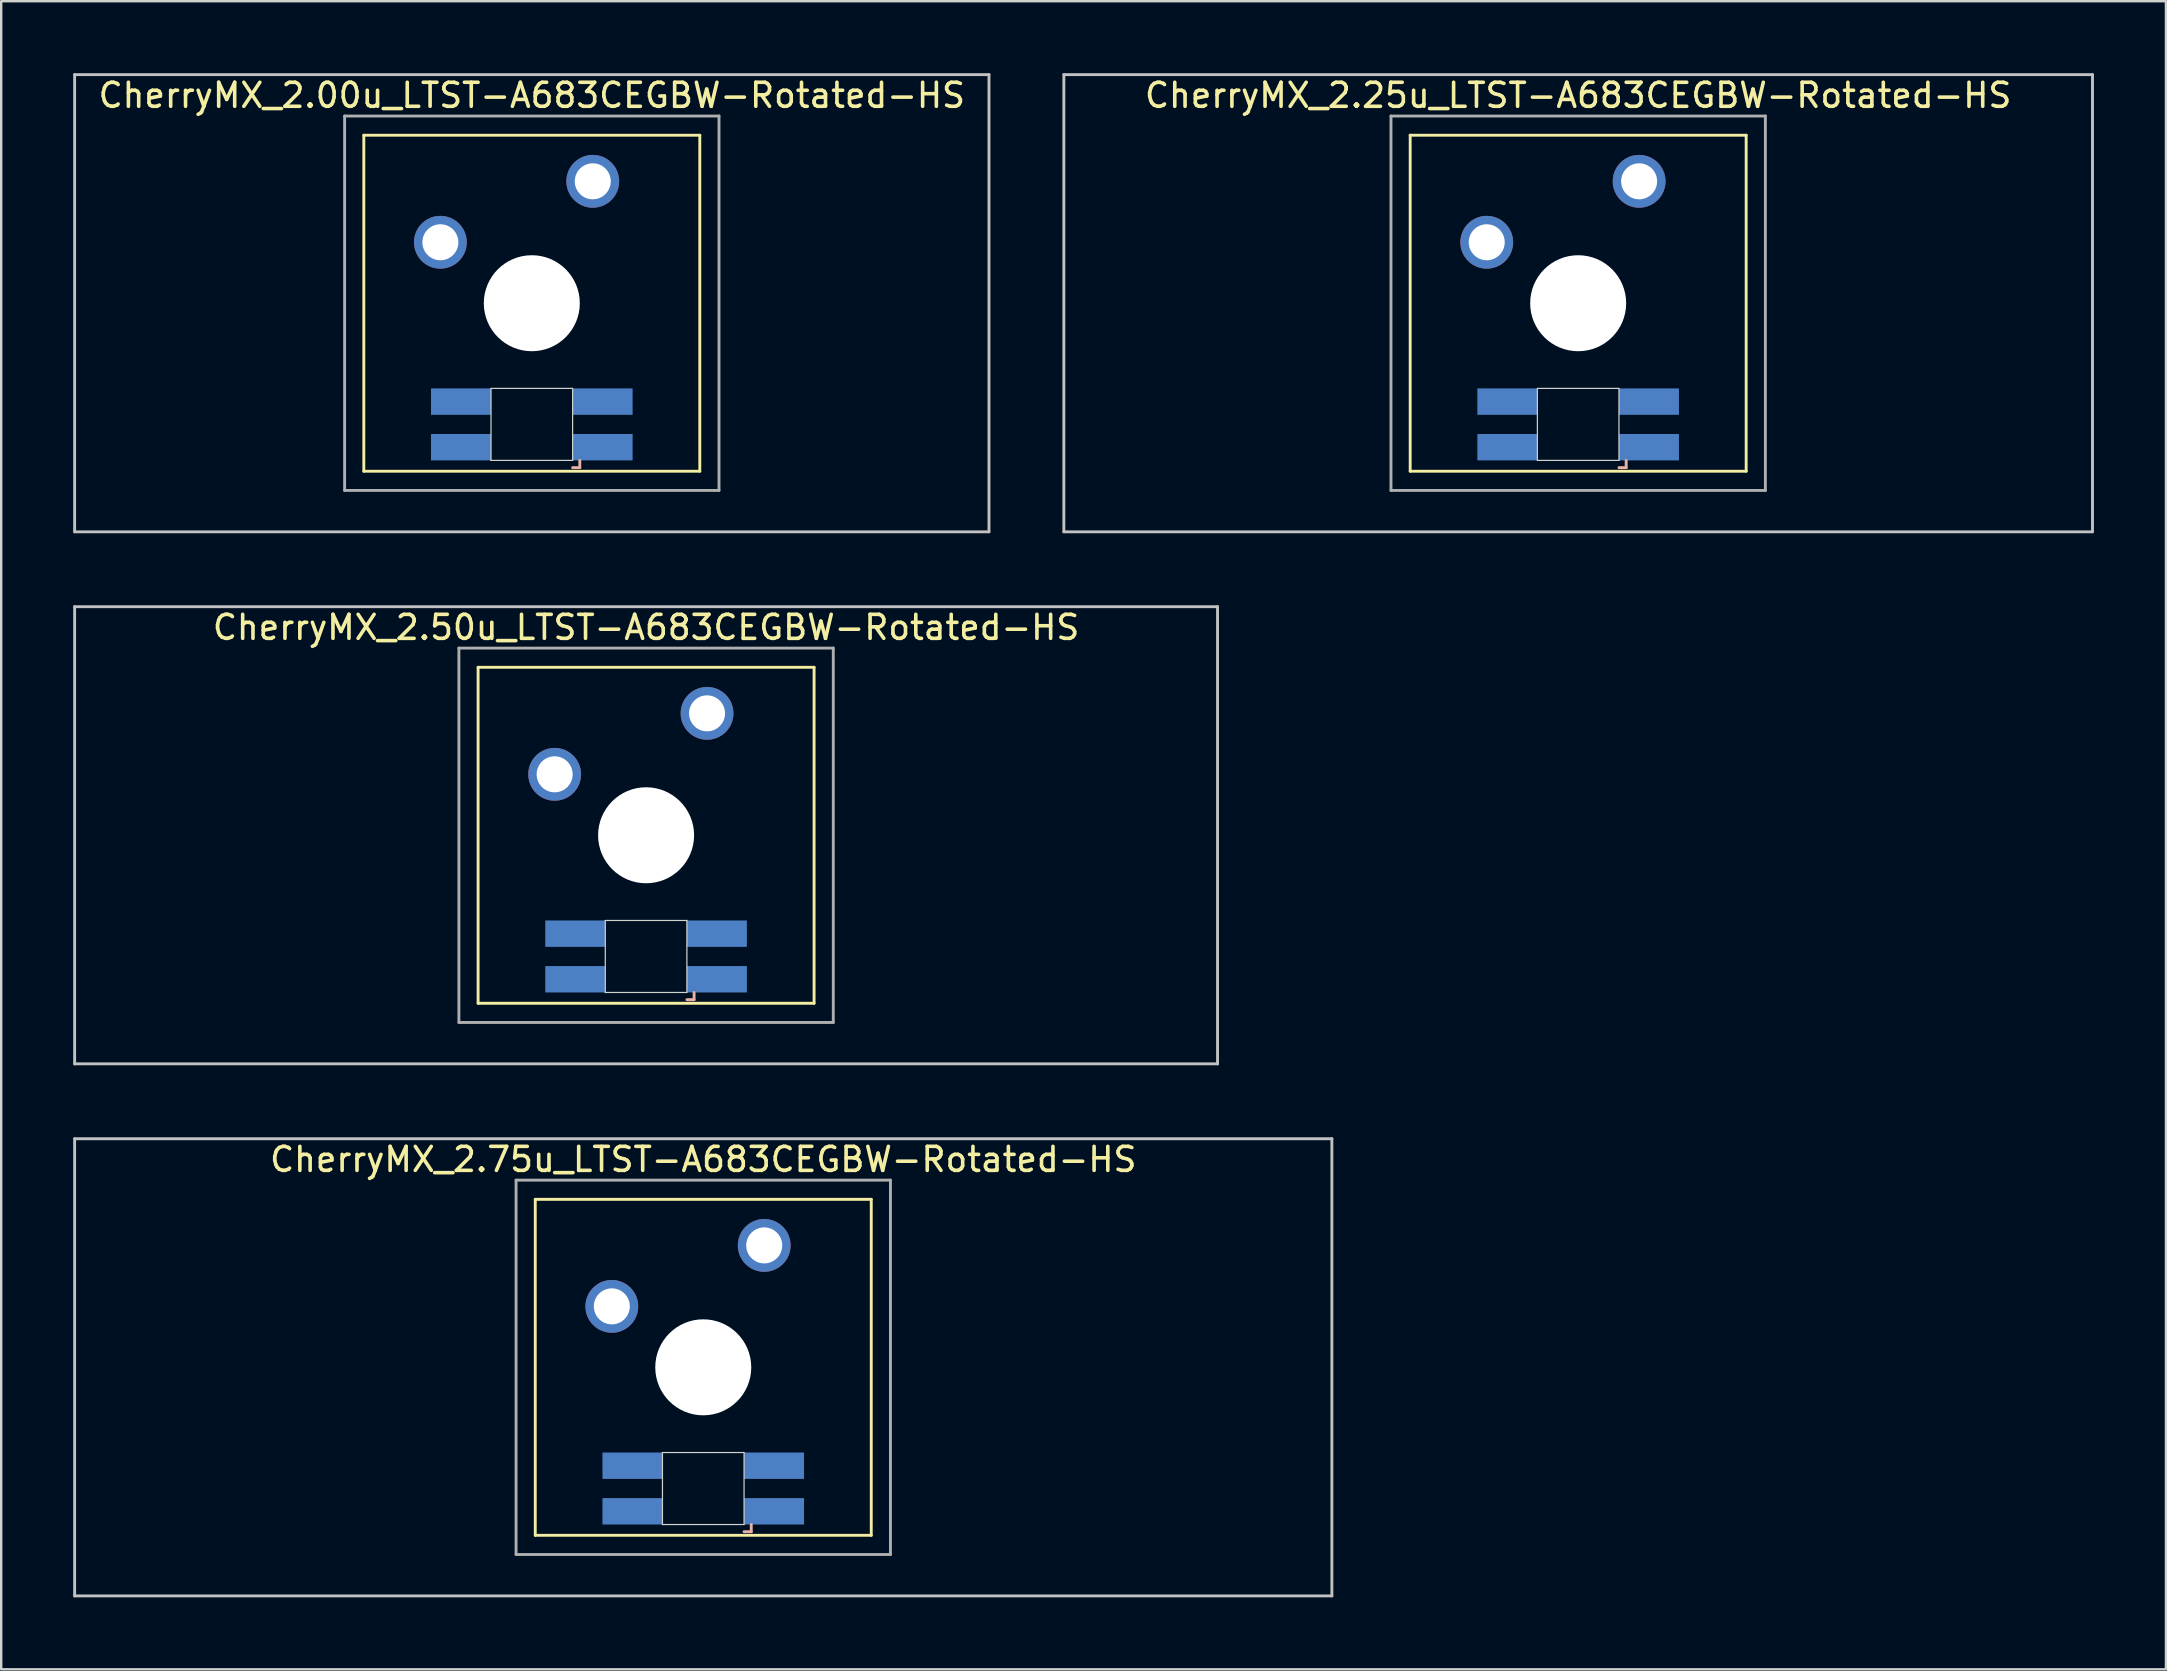
<source format=kicad_pcb>
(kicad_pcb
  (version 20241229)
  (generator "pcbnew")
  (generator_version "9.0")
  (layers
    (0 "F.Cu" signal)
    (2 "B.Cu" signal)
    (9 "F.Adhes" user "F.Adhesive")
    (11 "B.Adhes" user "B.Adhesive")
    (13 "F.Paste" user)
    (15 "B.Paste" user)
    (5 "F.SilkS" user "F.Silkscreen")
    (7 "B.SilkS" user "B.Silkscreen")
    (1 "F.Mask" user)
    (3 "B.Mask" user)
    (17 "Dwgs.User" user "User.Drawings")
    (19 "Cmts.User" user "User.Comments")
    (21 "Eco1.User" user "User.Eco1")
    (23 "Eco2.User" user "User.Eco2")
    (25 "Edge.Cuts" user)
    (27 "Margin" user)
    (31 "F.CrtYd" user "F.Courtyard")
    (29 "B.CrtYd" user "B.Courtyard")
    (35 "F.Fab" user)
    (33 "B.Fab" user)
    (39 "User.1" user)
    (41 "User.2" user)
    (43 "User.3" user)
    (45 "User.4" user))
  (footprint "CherryMX_2.00u_LTST-A683CEGBW-Rotated-HS"
    (layer "F.Cu")
    (at 19.11 9.585)
    (property "Reference" "CherryMX_2.00u_LTST-A683CEGBW-Rotated-HS" (at 0 -8.662 0) (layer "F.SilkS") (effects (font (size 1 1) (thickness 0.15))))
    (attr through_hole)
    (fp_line (start -7 -7) (end -7 7) (stroke (width 0.12) (type solid)) (layer "F.SilkS"))
    (fp_line (start -7 -7) (end 7 -7) (stroke (width 0.12) (type solid)) (layer "F.SilkS"))
    (fp_line (start 7 -7) (end 7 7) (stroke (width 0.12) (type solid)) (layer "F.SilkS"))
    (fp_line (start 7 7) (end -7 7) (stroke (width 0.12) (type solid)) (layer "F.SilkS"))
    (fp_line (start 1.7 6.85) (end 2 6.85) (stroke (width 0.12) (type solid)) (layer "B.SilkS"))
    (fp_line (start 2 6.85) (end 2 6.55) (stroke (width 0.12) (type solid)) (layer "B.SilkS"))
    (fp_line (start -19.05 -9.525) (end 19.05 -9.525) (stroke (width 0.12) (type solid)) (layer "Dwgs.User"))
    (fp_line (start -19.05 9.525) (end -19.05 -9.525) (stroke (width 0.12) (type solid)) (layer "Dwgs.User"))
    (fp_line (start 19.05 -9.525) (end 19.05 9.525) (stroke (width 0.12) (type solid)) (layer "Dwgs.User"))
    (fp_line (start 19.05 9.525) (end -19.05 9.525) (stroke (width 0.12) (type solid)) (layer "Dwgs.User"))
    (fp_line (start -1.7 3.55) (end 1.7 3.55) (stroke (width 0.05) (type solid)) (layer "Edge.Cuts"))
    (fp_line (start -1.7 6.55) (end -1.7 3.55) (stroke (width 0.05) (type solid)) (layer "Edge.Cuts"))
    (fp_line (start 1.7 3.55) (end 1.7 6.55) (stroke (width 0.05) (type solid)) (layer "Edge.Cuts"))
    (fp_line (start 1.7 6.55) (end -1.7 6.55) (stroke (width 0.05) (type solid)) (layer "Edge.Cuts"))
    (fp_line (start -7.8 -7.8) (end -7.8 7.8) (stroke (width 0.12) (type solid)) (layer "F.Fab"))
    (fp_line (start -7.8 -7.8) (end 7.8 -7.8) (stroke (width 0.12) (type solid)) (layer "F.Fab"))
    (fp_line (start -7.8 7.8) (end 7.8 7.8) (stroke (width 0.12) (type solid)) (layer "F.Fab"))
    (fp_line (start 7.8 -7.8) (end 7.8 7.8) (stroke (width 0.12) (type solid)) (layer "F.Fab"))
    (pad "" np_thru_hole circle (at 0 0) (size 4 4) (drill 4) (layers "*.Cu" "*.Mask"))
    (pad "1" thru_hole circle (at -3.81 -2.54) (size 2.2 2.2) (drill 1.5) (layers "*.Cu" "*.Mask"))
    (pad "2" thru_hole circle (at 2.54 -5.08) (size 2.2 2.2) (drill 1.5) (layers "*.Cu" "*.Mask"))
    (pad "3" smd rect (at 2.95 6) (size 2.5 1.1) (layers "B.Cu" "B.Mask" "B.Paste"))
    (pad "4" smd rect (at 2.95 4.1) (size 2.5 1.1) (layers "B.Cu" "B.Mask" "B.Paste"))
    (pad "5" smd rect (at -2.95 6) (size 2.5 1.1) (layers "B.Cu" "B.Mask" "B.Paste"))
    (pad "6" smd rect (at -2.95 4.1) (size 2.5 1.1) (layers "B.Cu" "B.Mask" "B.Paste")))
  (footprint "CherryMX_2.75u_LTST-A683CEGBW-Rotated-HS"
    (layer "F.Cu")
    (at 26.254 53.925)
    (property "Reference" "CherryMX_2.75u_LTST-A683CEGBW-Rotated-HS" (at 0 -8.662 0) (layer "F.SilkS") (effects (font (size 1 1) (thickness 0.15))))
    (attr through_hole)
    (fp_line (start -7 -7) (end -7 7) (stroke (width 0.12) (type solid)) (layer "F.SilkS"))
    (fp_line (start -7 -7) (end 7 -7) (stroke (width 0.12) (type solid)) (layer "F.SilkS"))
    (fp_line (start 7 -7) (end 7 7) (stroke (width 0.12) (type solid)) (layer "F.SilkS"))
    (fp_line (start 7 7) (end -7 7) (stroke (width 0.12) (type solid)) (layer "F.SilkS"))
    (fp_line (start 1.7 6.85) (end 2 6.85) (stroke (width 0.12) (type solid)) (layer "B.SilkS"))
    (fp_line (start 2 6.85) (end 2 6.55) (stroke (width 0.12) (type solid)) (layer "B.SilkS"))
    (fp_line (start -26.194 -9.525) (end 26.194 -9.525) (stroke (width 0.12) (type solid)) (layer "Dwgs.User"))
    (fp_line (start -26.194 9.525) (end -26.194 -9.525) (stroke (width 0.12) (type solid)) (layer "Dwgs.User"))
    (fp_line (start 26.194 -9.525) (end 26.194 9.525) (stroke (width 0.12) (type solid)) (layer "Dwgs.User"))
    (fp_line (start 26.194 9.525) (end -26.194 9.525) (stroke (width 0.12) (type solid)) (layer "Dwgs.User"))
    (fp_line (start -1.7 3.55) (end 1.7 3.55) (stroke (width 0.05) (type solid)) (layer "Edge.Cuts"))
    (fp_line (start -1.7 6.55) (end -1.7 3.55) (stroke (width 0.05) (type solid)) (layer "Edge.Cuts"))
    (fp_line (start 1.7 3.55) (end 1.7 6.55) (stroke (width 0.05) (type solid)) (layer "Edge.Cuts"))
    (fp_line (start 1.7 6.55) (end -1.7 6.55) (stroke (width 0.05) (type solid)) (layer "Edge.Cuts"))
    (fp_line (start -7.8 -7.8) (end -7.8 7.8) (stroke (width 0.12) (type solid)) (layer "F.Fab"))
    (fp_line (start -7.8 -7.8) (end 7.8 -7.8) (stroke (width 0.12) (type solid)) (layer "F.Fab"))
    (fp_line (start -7.8 7.8) (end 7.8 7.8) (stroke (width 0.12) (type solid)) (layer "F.Fab"))
    (fp_line (start 7.8 -7.8) (end 7.8 7.8) (stroke (width 0.12) (type solid)) (layer "F.Fab"))
    (pad "" np_thru_hole circle (at 0 0) (size 4 4) (drill 4) (layers "*.Cu" "*.Mask"))
    (pad "1" thru_hole circle (at -3.81 -2.54) (size 2.2 2.2) (drill 1.5) (layers "*.Cu" "*.Mask"))
    (pad "2" thru_hole circle (at 2.54 -5.08) (size 2.2 2.2) (drill 1.5) (layers "*.Cu" "*.Mask"))
    (pad "3" smd rect (at 2.95 6) (size 2.5 1.1) (layers "B.Cu" "B.Mask" "B.Paste"))
    (pad "4" smd rect (at 2.95 4.1) (size 2.5 1.1) (layers "B.Cu" "B.Mask" "B.Paste"))
    (pad "5" smd rect (at -2.95 6) (size 2.5 1.1) (layers "B.Cu" "B.Mask" "B.Paste"))
    (pad "6" smd rect (at -2.95 4.1) (size 2.5 1.1) (layers "B.Cu" "B.Mask" "B.Paste")))
  (footprint "CherryMX_2.50u_LTST-A683CEGBW-Rotated-HS"
    (layer "F.Cu")
    (at 23.872 31.755)
    (property "Reference" "CherryMX_2.50u_LTST-A683CEGBW-Rotated-HS" (at 0 -8.662 0) (layer "F.SilkS") (effects (font (size 1 1) (thickness 0.15))))
    (attr through_hole)
    (fp_line (start -7 -7) (end -7 7) (stroke (width 0.12) (type solid)) (layer "F.SilkS"))
    (fp_line (start -7 -7) (end 7 -7) (stroke (width 0.12) (type solid)) (layer "F.SilkS"))
    (fp_line (start 7 -7) (end 7 7) (stroke (width 0.12) (type solid)) (layer "F.SilkS"))
    (fp_line (start 7 7) (end -7 7) (stroke (width 0.12) (type solid)) (layer "F.SilkS"))
    (fp_line (start 1.7 6.85) (end 2 6.85) (stroke (width 0.12) (type solid)) (layer "B.SilkS"))
    (fp_line (start 2 6.85) (end 2 6.55) (stroke (width 0.12) (type solid)) (layer "B.SilkS"))
    (fp_line (start -23.812 -9.525) (end 23.812 -9.525) (stroke (width 0.12) (type solid)) (layer "Dwgs.User"))
    (fp_line (start -23.812 9.525) (end -23.812 -9.525) (stroke (width 0.12) (type solid)) (layer "Dwgs.User"))
    (fp_line (start 23.812 -9.525) (end 23.812 9.525) (stroke (width 0.12) (type solid)) (layer "Dwgs.User"))
    (fp_line (start 23.812 9.525) (end -23.812 9.525) (stroke (width 0.12) (type solid)) (layer "Dwgs.User"))
    (fp_line (start -1.7 3.55) (end 1.7 3.55) (stroke (width 0.05) (type solid)) (layer "Edge.Cuts"))
    (fp_line (start -1.7 6.55) (end -1.7 3.55) (stroke (width 0.05) (type solid)) (layer "Edge.Cuts"))
    (fp_line (start 1.7 3.55) (end 1.7 6.55) (stroke (width 0.05) (type solid)) (layer "Edge.Cuts"))
    (fp_line (start 1.7 6.55) (end -1.7 6.55) (stroke (width 0.05) (type solid)) (layer "Edge.Cuts"))
    (fp_line (start -7.8 -7.8) (end -7.8 7.8) (stroke (width 0.12) (type solid)) (layer "F.Fab"))
    (fp_line (start -7.8 -7.8) (end 7.8 -7.8) (stroke (width 0.12) (type solid)) (layer "F.Fab"))
    (fp_line (start -7.8 7.8) (end 7.8 7.8) (stroke (width 0.12) (type solid)) (layer "F.Fab"))
    (fp_line (start 7.8 -7.8) (end 7.8 7.8) (stroke (width 0.12) (type solid)) (layer "F.Fab"))
    (pad "" np_thru_hole circle (at 0 0) (size 4 4) (drill 4) (layers "*.Cu" "*.Mask"))
    (pad "1" thru_hole circle (at -3.81 -2.54) (size 2.2 2.2) (drill 1.5) (layers "*.Cu" "*.Mask"))
    (pad "2" thru_hole circle (at 2.54 -5.08) (size 2.2 2.2) (drill 1.5) (layers "*.Cu" "*.Mask"))
    (pad "3" smd rect (at 2.95 6) (size 2.5 1.1) (layers "B.Cu" "B.Mask" "B.Paste"))
    (pad "4" smd rect (at 2.95 4.1) (size 2.5 1.1) (layers "B.Cu" "B.Mask" "B.Paste"))
    (pad "5" smd rect (at -2.95 6) (size 2.5 1.1) (layers "B.Cu" "B.Mask" "B.Paste"))
    (pad "6" smd rect (at -2.95 4.1) (size 2.5 1.1) (layers "B.Cu" "B.Mask" "B.Paste")))
  (footprint "CherryMX_2.25u_LTST-A683CEGBW-Rotated-HS"
    (layer "F.Cu")
    (at 62.711 9.585)
    (property "Reference" "CherryMX_2.25u_LTST-A683CEGBW-Rotated-HS" (at 0 -8.662 0) (layer "F.SilkS") (effects (font (size 1 1) (thickness 0.15))))
    (attr through_hole)
    (fp_line (start -7 -7) (end -7 7) (stroke (width 0.12) (type solid)) (layer "F.SilkS"))
    (fp_line (start -7 -7) (end 7 -7) (stroke (width 0.12) (type solid)) (layer "F.SilkS"))
    (fp_line (start 7 -7) (end 7 7) (stroke (width 0.12) (type solid)) (layer "F.SilkS"))
    (fp_line (start 7 7) (end -7 7) (stroke (width 0.12) (type solid)) (layer "F.SilkS"))
    (fp_line (start 1.7 6.85) (end 2 6.85) (stroke (width 0.12) (type solid)) (layer "B.SilkS"))
    (fp_line (start 2 6.85) (end 2 6.55) (stroke (width 0.12) (type solid)) (layer "B.SilkS"))
    (fp_line (start -21.431 -9.525) (end 21.431 -9.525) (stroke (width 0.12) (type solid)) (layer "Dwgs.User"))
    (fp_line (start -21.431 9.525) (end -21.431 -9.525) (stroke (width 0.12) (type solid)) (layer "Dwgs.User"))
    (fp_line (start 21.431 -9.525) (end 21.431 9.525) (stroke (width 0.12) (type solid)) (layer "Dwgs.User"))
    (fp_line (start 21.431 9.525) (end -21.431 9.525) (stroke (width 0.12) (type solid)) (layer "Dwgs.User"))
    (fp_line (start -1.7 3.55) (end 1.7 3.55) (stroke (width 0.05) (type solid)) (layer "Edge.Cuts"))
    (fp_line (start -1.7 6.55) (end -1.7 3.55) (stroke (width 0.05) (type solid)) (layer "Edge.Cuts"))
    (fp_line (start 1.7 3.55) (end 1.7 6.55) (stroke (width 0.05) (type solid)) (layer "Edge.Cuts"))
    (fp_line (start 1.7 6.55) (end -1.7 6.55) (stroke (width 0.05) (type solid)) (layer "Edge.Cuts"))
    (fp_line (start -7.8 -7.8) (end -7.8 7.8) (stroke (width 0.12) (type solid)) (layer "F.Fab"))
    (fp_line (start -7.8 -7.8) (end 7.8 -7.8) (stroke (width 0.12) (type solid)) (layer "F.Fab"))
    (fp_line (start -7.8 7.8) (end 7.8 7.8) (stroke (width 0.12) (type solid)) (layer "F.Fab"))
    (fp_line (start 7.8 -7.8) (end 7.8 7.8) (stroke (width 0.12) (type solid)) (layer "F.Fab"))
    (pad "" np_thru_hole circle (at 0 0) (size 4 4) (drill 4) (layers "*.Cu" "*.Mask"))
    (pad "1" thru_hole circle (at -3.81 -2.54) (size 2.2 2.2) (drill 1.5) (layers "*.Cu" "*.Mask"))
    (pad "2" thru_hole circle (at 2.54 -5.08) (size 2.2 2.2) (drill 1.5) (layers "*.Cu" "*.Mask"))
    (pad "3" smd rect (at 2.95 6) (size 2.5 1.1) (layers "B.Cu" "B.Mask" "B.Paste"))
    (pad "4" smd rect (at 2.95 4.1) (size 2.5 1.1) (layers "B.Cu" "B.Mask" "B.Paste"))
    (pad "5" smd rect (at -2.95 6) (size 2.5 1.1) (layers "B.Cu" "B.Mask" "B.Paste"))
    (pad "6" smd rect (at -2.95 4.1) (size 2.5 1.1) (layers "B.Cu" "B.Mask" "B.Paste")))
  (gr_rect
    (start -3 -3)
    (end 87.203 66.51)
    (stroke (width 0.1) (type default))
    (fill no)
    (layer "Edge.Cuts")))
</source>
